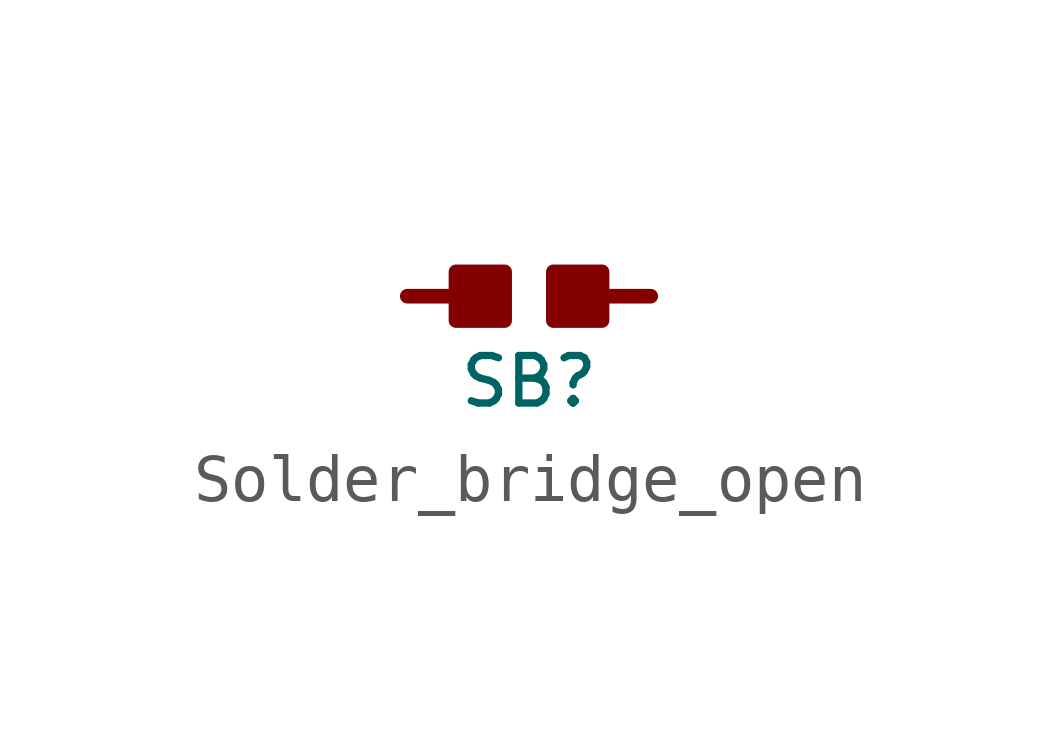
<source format=kicad_sym>
(kicad_symbol_lib
  (version 20220914)
  (generator kicad_symbol_editor)
  (symbol "Solder_bridge_open"
    (pin_numbers hide)
    (pin_names
      (offset 1.016) hide)
    (property "Reference" "SB"
      (at 0 -1.778 0)
      (effects (font (size 0.991 0.991))))
    (property "Footprint" ""
      (at 0 1.524 0)
      (effects (font (size 0.991 0.991))))
    (property "Datasheet" ""
      (at 0 0 0)
      (effects (font (size 1.524 1.524))))
    (symbol "Solder_bridge_open_0_0"
      (rectangle (start -0.508 0.508) (end -1.524 -0.508) (stroke (width 0.305) (type default)) (fill (type outline)))
      (polyline (pts (xy -1.27 0) (xy -2.54 0)) (stroke (width 0.305) (type default)) (fill (type none)))
      (polyline (pts (xy 2.54 0) (xy 1.27 0)) (stroke (width 0.305) (type default)) (fill (type none)))
      (rectangle (start 0.508 0.508) (end 1.524 -0.508) (stroke (width 0.305) (type default)) (fill (type outline)))
      (pin passive line (at -2.54 0 0) (length 0) (name "1" (effects (font (size 1.27 1.27)))) (number "1" (effects (font (size 1.27 1.27)))))
      (pin passive line (at 2.54 0 180) (length 0) (name "2" (effects (font (size 1.27 1.27)))) (number "~" (effects (font (size 1.27 1.27))))))))
</source>
